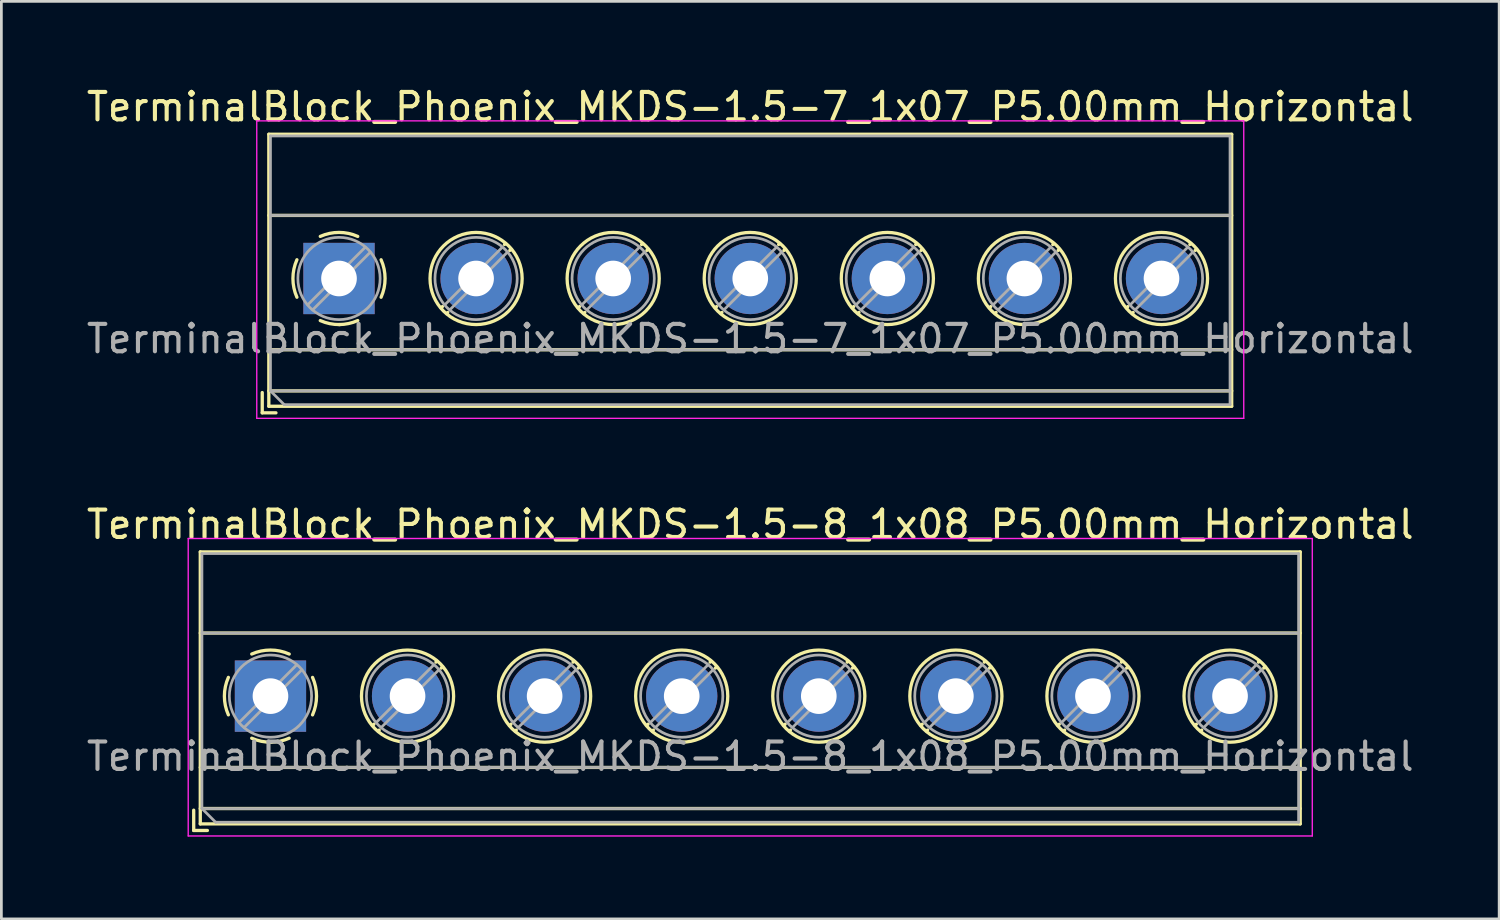
<source format=kicad_pcb>
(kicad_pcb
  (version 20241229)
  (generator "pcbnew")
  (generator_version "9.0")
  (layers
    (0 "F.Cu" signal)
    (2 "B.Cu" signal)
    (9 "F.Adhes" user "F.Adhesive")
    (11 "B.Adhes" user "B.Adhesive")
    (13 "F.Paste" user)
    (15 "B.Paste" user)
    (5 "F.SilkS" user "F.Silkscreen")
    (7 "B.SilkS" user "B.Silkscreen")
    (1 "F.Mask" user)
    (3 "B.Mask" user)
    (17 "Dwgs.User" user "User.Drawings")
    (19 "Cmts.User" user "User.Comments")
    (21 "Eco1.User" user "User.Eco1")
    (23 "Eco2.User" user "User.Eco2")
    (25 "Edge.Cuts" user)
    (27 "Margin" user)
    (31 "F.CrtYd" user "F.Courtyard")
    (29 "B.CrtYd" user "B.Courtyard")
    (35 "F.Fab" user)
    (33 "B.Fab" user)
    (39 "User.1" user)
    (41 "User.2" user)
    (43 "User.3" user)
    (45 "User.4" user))
  (footprint "TerminalBlock_Phoenix_MKDS-1.5-8_1x08_P5.00mm_Horizontal"
    (layer "F.Cu")
    (at 6.815 22.341)
    (property "Reference" "TerminalBlock_Phoenix_MKDS-1.5-8_1x08_P5.00mm_Horizontal" (at 17.5 -6.26 0) (layer "F.SilkS") (effects (font (size 1 1) (thickness 0.15))))
    (attr through_hole)
    (fp_line (start -2.8 4.16) (end -2.8 4.9) (stroke (width 0.12) (type solid)) (layer "F.SilkS"))
    (fp_line (start -2.8 4.9) (end -2.3 4.9) (stroke (width 0.12) (type solid)) (layer "F.SilkS"))
    (fp_line (start -2.56 -5.261) (end -2.56 4.66) (stroke (width 0.12) (type solid)) (layer "F.SilkS"))
    (fp_line (start -2.56 -5.261) (end 37.56 -5.261) (stroke (width 0.12) (type solid)) (layer "F.SilkS"))
    (fp_line (start -2.56 -2.301) (end 37.56 -2.301) (stroke (width 0.12) (type solid)) (layer "F.SilkS"))
    (fp_line (start -2.56 2.6) (end 37.56 2.6) (stroke (width 0.12) (type solid)) (layer "F.SilkS"))
    (fp_line (start -2.56 4.1) (end 37.56 4.1) (stroke (width 0.12) (type solid)) (layer "F.SilkS"))
    (fp_line (start -2.56 4.66) (end 37.56 4.66) (stroke (width 0.12) (type solid)) (layer "F.SilkS"))
    (fp_line (start 3.773 1.023) (end 3.726 1.069) (stroke (width 0.12) (type solid)) (layer "F.SilkS"))
    (fp_line (start 3.966 1.239) (end 3.931 1.274) (stroke (width 0.12) (type solid)) (layer "F.SilkS"))
    (fp_line (start 6.07 -1.275) (end 6.035 -1.239) (stroke (width 0.12) (type solid)) (layer "F.SilkS"))
    (fp_line (start 6.275 -1.069) (end 6.228 -1.023) (stroke (width 0.12) (type solid)) (layer "F.SilkS"))
    (fp_line (start 8.773 1.023) (end 8.726 1.069) (stroke (width 0.12) (type solid)) (layer "F.SilkS"))
    (fp_line (start 8.966 1.239) (end 8.931 1.274) (stroke (width 0.12) (type solid)) (layer "F.SilkS"))
    (fp_line (start 11.07 -1.275) (end 11.035 -1.239) (stroke (width 0.12) (type solid)) (layer "F.SilkS"))
    (fp_line (start 11.275 -1.069) (end 11.228 -1.023) (stroke (width 0.12) (type solid)) (layer "F.SilkS"))
    (fp_line (start 13.773 1.023) (end 13.726 1.069) (stroke (width 0.12) (type solid)) (layer "F.SilkS"))
    (fp_line (start 13.966 1.239) (end 13.931 1.274) (stroke (width 0.12) (type solid)) (layer "F.SilkS"))
    (fp_line (start 16.07 -1.275) (end 16.035 -1.239) (stroke (width 0.12) (type solid)) (layer "F.SilkS"))
    (fp_line (start 16.275 -1.069) (end 16.228 -1.023) (stroke (width 0.12) (type solid)) (layer "F.SilkS"))
    (fp_line (start 18.773 1.023) (end 18.726 1.069) (stroke (width 0.12) (type solid)) (layer "F.SilkS"))
    (fp_line (start 18.966 1.239) (end 18.931 1.274) (stroke (width 0.12) (type solid)) (layer "F.SilkS"))
    (fp_line (start 21.07 -1.275) (end 21.035 -1.239) (stroke (width 0.12) (type solid)) (layer "F.SilkS"))
    (fp_line (start 21.275 -1.069) (end 21.228 -1.023) (stroke (width 0.12) (type solid)) (layer "F.SilkS"))
    (fp_line (start 23.773 1.023) (end 23.726 1.069) (stroke (width 0.12) (type solid)) (layer "F.SilkS"))
    (fp_line (start 23.966 1.239) (end 23.931 1.274) (stroke (width 0.12) (type solid)) (layer "F.SilkS"))
    (fp_line (start 26.07 -1.275) (end 26.035 -1.239) (stroke (width 0.12) (type solid)) (layer "F.SilkS"))
    (fp_line (start 26.275 -1.069) (end 26.228 -1.023) (stroke (width 0.12) (type solid)) (layer "F.SilkS"))
    (fp_line (start 28.773 1.023) (end 28.726 1.069) (stroke (width 0.12) (type solid)) (layer "F.SilkS"))
    (fp_line (start 28.966 1.239) (end 28.931 1.274) (stroke (width 0.12) (type solid)) (layer "F.SilkS"))
    (fp_line (start 31.07 -1.275) (end 31.035 -1.239) (stroke (width 0.12) (type solid)) (layer "F.SilkS"))
    (fp_line (start 31.275 -1.069) (end 31.228 -1.023) (stroke (width 0.12) (type solid)) (layer "F.SilkS"))
    (fp_line (start 33.773 1.023) (end 33.726 1.069) (stroke (width 0.12) (type solid)) (layer "F.SilkS"))
    (fp_line (start 33.966 1.239) (end 33.931 1.274) (stroke (width 0.12) (type solid)) (layer "F.SilkS"))
    (fp_line (start 36.07 -1.275) (end 36.035 -1.239) (stroke (width 0.12) (type solid)) (layer "F.SilkS"))
    (fp_line (start 36.275 -1.069) (end 36.228 -1.023) (stroke (width 0.12) (type solid)) (layer "F.SilkS"))
    (fp_line (start 37.56 -5.261) (end 37.56 4.66) (stroke (width 0.12) (type solid)) (layer "F.SilkS"))
    (fp_arc (start -1.535427 0.683042) (mid -1.680501 -0.000524) (end -1.535 -0.684) (stroke (width 0.12) (type solid)) (layer "F.SilkS"))
    (fp_arc (start -0.683042 -1.535427) (mid 0.000524 -1.680501) (end 0.684 -1.535) (stroke (width 0.12) (type solid)) (layer "F.SilkS"))
    (fp_arc (start 0.028805 1.680253) (mid -0.335551 1.646659) (end -0.684 1.535) (stroke (width 0.12) (type solid)) (layer "F.SilkS"))
    (fp_arc (start 0.683318 1.534756) (mid 0.349292 1.643288) (end 0 1.68) (stroke (width 0.12) (type solid)) (layer "F.SilkS"))
    (fp_arc (start 1.535427 -0.683042) (mid 1.680501 0.000524) (end 1.535 0.684) (stroke (width 0.12) (type solid)) (layer "F.SilkS"))
    (fp_circle (center 5 0) (end 6.68 0) (stroke (width 0.12) (type solid)) (fill no) (layer "F.SilkS"))
    (fp_circle (center 10 0) (end 11.68 0) (stroke (width 0.12) (type solid)) (fill no) (layer "F.SilkS"))
    (fp_circle (center 15 0) (end 16.68 0) (stroke (width 0.12) (type solid)) (fill no) (layer "F.SilkS"))
    (fp_circle (center 20 0) (end 21.68 0) (stroke (width 0.12) (type solid)) (fill no) (layer "F.SilkS"))
    (fp_circle (center 25 0) (end 26.68 0) (stroke (width 0.12) (type solid)) (fill no) (layer "F.SilkS"))
    (fp_circle (center 30 0) (end 31.68 0) (stroke (width 0.12) (type solid)) (fill no) (layer "F.SilkS"))
    (fp_circle (center 35 0) (end 36.68 0) (stroke (width 0.12) (type solid)) (fill no) (layer "F.SilkS"))
    (fp_line (start -3 -5.75) (end -3 5.1) (stroke (width 0.05) (type solid)) (layer "F.CrtYd"))
    (fp_line (start -3 5.1) (end 38 5.1) (stroke (width 0.05) (type solid)) (layer "F.CrtYd"))
    (fp_line (start 38 -5.75) (end -3 -5.75) (stroke (width 0.05) (type solid)) (layer "F.CrtYd"))
    (fp_line (start 38 5.1) (end 38 -5.75) (stroke (width 0.05) (type solid)) (layer "F.CrtYd"))
    (fp_line (start -2.5 -5.2) (end 37.5 -5.2) (stroke (width 0.1) (type solid)) (layer "F.Fab"))
    (fp_line (start -2.5 -2.3) (end 37.5 -2.3) (stroke (width 0.1) (type solid)) (layer "F.Fab"))
    (fp_line (start -2.5 2.6) (end 37.5 2.6) (stroke (width 0.1) (type solid)) (layer "F.Fab"))
    (fp_line (start -2.5 4.1) (end -2.5 -5.2) (stroke (width 0.1) (type solid)) (layer "F.Fab"))
    (fp_line (start -2.5 4.1) (end 37.5 4.1) (stroke (width 0.1) (type solid)) (layer "F.Fab"))
    (fp_line (start -2 4.6) (end -2.5 4.1) (stroke (width 0.1) (type solid)) (layer "F.Fab"))
    (fp_line (start 0.955 -1.138) (end -1.138 0.955) (stroke (width 0.1) (type solid)) (layer "F.Fab"))
    (fp_line (start 1.138 -0.955) (end -0.955 1.138) (stroke (width 0.1) (type solid)) (layer "F.Fab"))
    (fp_line (start 5.955 -1.138) (end 3.863 0.955) (stroke (width 0.1) (type solid)) (layer "F.Fab"))
    (fp_line (start 6.138 -0.955) (end 4.046 1.138) (stroke (width 0.1) (type solid)) (layer "F.Fab"))
    (fp_line (start 10.955 -1.138) (end 8.863 0.955) (stroke (width 0.1) (type solid)) (layer "F.Fab"))
    (fp_line (start 11.138 -0.955) (end 9.046 1.138) (stroke (width 0.1) (type solid)) (layer "F.Fab"))
    (fp_line (start 15.955 -1.138) (end 13.863 0.955) (stroke (width 0.1) (type solid)) (layer "F.Fab"))
    (fp_line (start 16.138 -0.955) (end 14.046 1.138) (stroke (width 0.1) (type solid)) (layer "F.Fab"))
    (fp_line (start 20.955 -1.138) (end 18.863 0.955) (stroke (width 0.1) (type solid)) (layer "F.Fab"))
    (fp_line (start 21.138 -0.955) (end 19.046 1.138) (stroke (width 0.1) (type solid)) (layer "F.Fab"))
    (fp_line (start 25.955 -1.138) (end 23.863 0.955) (stroke (width 0.1) (type solid)) (layer "F.Fab"))
    (fp_line (start 26.138 -0.955) (end 24.046 1.138) (stroke (width 0.1) (type solid)) (layer "F.Fab"))
    (fp_line (start 30.955 -1.138) (end 28.863 0.955) (stroke (width 0.1) (type solid)) (layer "F.Fab"))
    (fp_line (start 31.138 -0.955) (end 29.046 1.138) (stroke (width 0.1) (type solid)) (layer "F.Fab"))
    (fp_line (start 35.955 -1.138) (end 33.863 0.955) (stroke (width 0.1) (type solid)) (layer "F.Fab"))
    (fp_line (start 36.138 -0.955) (end 34.046 1.138) (stroke (width 0.1) (type solid)) (layer "F.Fab"))
    (fp_line (start 37.5 -5.2) (end 37.5 4.6) (stroke (width 0.1) (type solid)) (layer "F.Fab"))
    (fp_line (start 37.5 4.6) (end -2 4.6) (stroke (width 0.1) (type solid)) (layer "F.Fab"))
    (fp_circle (center 0 0) (end 1.5 0) (stroke (width 0.1) (type solid)) (fill no) (layer "F.Fab"))
    (fp_circle (center 5 0) (end 6.5 0) (stroke (width 0.1) (type solid)) (fill no) (layer "F.Fab"))
    (fp_circle (center 10 0) (end 11.5 0) (stroke (width 0.1) (type solid)) (fill no) (layer "F.Fab"))
    (fp_circle (center 15 0) (end 16.5 0) (stroke (width 0.1) (type solid)) (fill no) (layer "F.Fab"))
    (fp_circle (center 20 0) (end 21.5 0) (stroke (width 0.1) (type solid)) (fill no) (layer "F.Fab"))
    (fp_circle (center 25 0) (end 26.5 0) (stroke (width 0.1) (type solid)) (fill no) (layer "F.Fab"))
    (fp_circle (center 30 0) (end 31.5 0) (stroke (width 0.1) (type solid)) (fill no) (layer "F.Fab"))
    (fp_circle (center 35 0) (end 36.5 0) (stroke (width 0.1) (type solid)) (fill no) (layer "F.Fab"))
    (fp_text user "${REFERENCE}" (at 17.5 2.2 0) (layer "F.Fab") (effects (font (size 1 1) (thickness 0.15))))
    (pad "1" thru_hole rect (at 0 0) (size 2.6 2.6) (drill 1.3) (layers "*.Cu" "*.Mask"))
    (pad "2" thru_hole circle (at 5 0) (size 2.6 2.6) (drill 1.3) (layers "*.Cu" "*.Mask"))
    (pad "3" thru_hole circle (at 10 0) (size 2.6 2.6) (drill 1.3) (layers "*.Cu" "*.Mask"))
    (pad "4" thru_hole circle (at 15 0) (size 2.6 2.6) (drill 1.3) (layers "*.Cu" "*.Mask"))
    (pad "5" thru_hole circle (at 20 0) (size 2.6 2.6) (drill 1.3) (layers "*.Cu" "*.Mask"))
    (pad "6" thru_hole circle (at 25 0) (size 2.6 2.6) (drill 1.3) (layers "*.Cu" "*.Mask"))
    (pad "7" thru_hole circle (at 30 0) (size 2.6 2.6) (drill 1.3) (layers "*.Cu" "*.Mask"))
    (pad "8" thru_hole circle (at 35 0) (size 2.6 2.6) (drill 1.3) (layers "*.Cu" "*.Mask")))
  (footprint "TerminalBlock_Phoenix_MKDS-1.5-7_1x07_P5.00mm_Horizontal"
    (layer "F.Cu")
    (at 9.315 7.108)
    (property "Reference" "TerminalBlock_Phoenix_MKDS-1.5-7_1x07_P5.00mm_Horizontal" (at 15 -6.26 0) (layer "F.SilkS") (effects (font (size 1 1) (thickness 0.15))))
    (attr through_hole)
    (fp_line (start -2.8 4.16) (end -2.8 4.9) (stroke (width 0.12) (type solid)) (layer "F.SilkS"))
    (fp_line (start -2.8 4.9) (end -2.3 4.9) (stroke (width 0.12) (type solid)) (layer "F.SilkS"))
    (fp_line (start -2.56 -5.261) (end -2.56 4.66) (stroke (width 0.12) (type solid)) (layer "F.SilkS"))
    (fp_line (start -2.56 -5.261) (end 32.56 -5.261) (stroke (width 0.12) (type solid)) (layer "F.SilkS"))
    (fp_line (start -2.56 -2.301) (end 32.56 -2.301) (stroke (width 0.12) (type solid)) (layer "F.SilkS"))
    (fp_line (start -2.56 2.6) (end 32.56 2.6) (stroke (width 0.12) (type solid)) (layer "F.SilkS"))
    (fp_line (start -2.56 4.1) (end 32.56 4.1) (stroke (width 0.12) (type solid)) (layer "F.SilkS"))
    (fp_line (start -2.56 4.66) (end 32.56 4.66) (stroke (width 0.12) (type solid)) (layer "F.SilkS"))
    (fp_line (start 3.773 1.023) (end 3.726 1.069) (stroke (width 0.12) (type solid)) (layer "F.SilkS"))
    (fp_line (start 3.966 1.239) (end 3.931 1.274) (stroke (width 0.12) (type solid)) (layer "F.SilkS"))
    (fp_line (start 6.07 -1.275) (end 6.035 -1.239) (stroke (width 0.12) (type solid)) (layer "F.SilkS"))
    (fp_line (start 6.275 -1.069) (end 6.228 -1.023) (stroke (width 0.12) (type solid)) (layer "F.SilkS"))
    (fp_line (start 8.773 1.023) (end 8.726 1.069) (stroke (width 0.12) (type solid)) (layer "F.SilkS"))
    (fp_line (start 8.966 1.239) (end 8.931 1.274) (stroke (width 0.12) (type solid)) (layer "F.SilkS"))
    (fp_line (start 11.07 -1.275) (end 11.035 -1.239) (stroke (width 0.12) (type solid)) (layer "F.SilkS"))
    (fp_line (start 11.275 -1.069) (end 11.228 -1.023) (stroke (width 0.12) (type solid)) (layer "F.SilkS"))
    (fp_line (start 13.773 1.023) (end 13.726 1.069) (stroke (width 0.12) (type solid)) (layer "F.SilkS"))
    (fp_line (start 13.966 1.239) (end 13.931 1.274) (stroke (width 0.12) (type solid)) (layer "F.SilkS"))
    (fp_line (start 16.07 -1.275) (end 16.035 -1.239) (stroke (width 0.12) (type solid)) (layer "F.SilkS"))
    (fp_line (start 16.275 -1.069) (end 16.228 -1.023) (stroke (width 0.12) (type solid)) (layer "F.SilkS"))
    (fp_line (start 18.773 1.023) (end 18.726 1.069) (stroke (width 0.12) (type solid)) (layer "F.SilkS"))
    (fp_line (start 18.966 1.239) (end 18.931 1.274) (stroke (width 0.12) (type solid)) (layer "F.SilkS"))
    (fp_line (start 21.07 -1.275) (end 21.035 -1.239) (stroke (width 0.12) (type solid)) (layer "F.SilkS"))
    (fp_line (start 21.275 -1.069) (end 21.228 -1.023) (stroke (width 0.12) (type solid)) (layer "F.SilkS"))
    (fp_line (start 23.773 1.023) (end 23.726 1.069) (stroke (width 0.12) (type solid)) (layer "F.SilkS"))
    (fp_line (start 23.966 1.239) (end 23.931 1.274) (stroke (width 0.12) (type solid)) (layer "F.SilkS"))
    (fp_line (start 26.07 -1.275) (end 26.035 -1.239) (stroke (width 0.12) (type solid)) (layer "F.SilkS"))
    (fp_line (start 26.275 -1.069) (end 26.228 -1.023) (stroke (width 0.12) (type solid)) (layer "F.SilkS"))
    (fp_line (start 28.773 1.023) (end 28.726 1.069) (stroke (width 0.12) (type solid)) (layer "F.SilkS"))
    (fp_line (start 28.966 1.239) (end 28.931 1.274) (stroke (width 0.12) (type solid)) (layer "F.SilkS"))
    (fp_line (start 31.07 -1.275) (end 31.035 -1.239) (stroke (width 0.12) (type solid)) (layer "F.SilkS"))
    (fp_line (start 31.275 -1.069) (end 31.228 -1.023) (stroke (width 0.12) (type solid)) (layer "F.SilkS"))
    (fp_line (start 32.56 -5.261) (end 32.56 4.66) (stroke (width 0.12) (type solid)) (layer "F.SilkS"))
    (fp_arc (start -1.535427 0.683042) (mid -1.680501 -0.000524) (end -1.535 -0.684) (stroke (width 0.12) (type solid)) (layer "F.SilkS"))
    (fp_arc (start -0.683042 -1.535427) (mid 0.000524 -1.680501) (end 0.684 -1.535) (stroke (width 0.12) (type solid)) (layer "F.SilkS"))
    (fp_arc (start 0.028805 1.680253) (mid -0.335551 1.646659) (end -0.684 1.535) (stroke (width 0.12) (type solid)) (layer "F.SilkS"))
    (fp_arc (start 0.683318 1.534756) (mid 0.349292 1.643288) (end 0 1.68) (stroke (width 0.12) (type solid)) (layer "F.SilkS"))
    (fp_arc (start 1.535427 -0.683042) (mid 1.680501 0.000524) (end 1.535 0.684) (stroke (width 0.12) (type solid)) (layer "F.SilkS"))
    (fp_circle (center 5 0) (end 6.68 0) (stroke (width 0.12) (type solid)) (fill no) (layer "F.SilkS"))
    (fp_circle (center 10 0) (end 11.68 0) (stroke (width 0.12) (type solid)) (fill no) (layer "F.SilkS"))
    (fp_circle (center 15 0) (end 16.68 0) (stroke (width 0.12) (type solid)) (fill no) (layer "F.SilkS"))
    (fp_circle (center 20 0) (end 21.68 0) (stroke (width 0.12) (type solid)) (fill no) (layer "F.SilkS"))
    (fp_circle (center 25 0) (end 26.68 0) (stroke (width 0.12) (type solid)) (fill no) (layer "F.SilkS"))
    (fp_circle (center 30 0) (end 31.68 0) (stroke (width 0.12) (type solid)) (fill no) (layer "F.SilkS"))
    (fp_line (start -3 -5.75) (end -3 5.1) (stroke (width 0.05) (type solid)) (layer "F.CrtYd"))
    (fp_line (start -3 5.1) (end 33 5.1) (stroke (width 0.05) (type solid)) (layer "F.CrtYd"))
    (fp_line (start 33 -5.75) (end -3 -5.75) (stroke (width 0.05) (type solid)) (layer "F.CrtYd"))
    (fp_line (start 33 5.1) (end 33 -5.75) (stroke (width 0.05) (type solid)) (layer "F.CrtYd"))
    (fp_line (start -2.5 -5.2) (end 32.5 -5.2) (stroke (width 0.1) (type solid)) (layer "F.Fab"))
    (fp_line (start -2.5 -2.3) (end 32.5 -2.3) (stroke (width 0.1) (type solid)) (layer "F.Fab"))
    (fp_line (start -2.5 2.6) (end 32.5 2.6) (stroke (width 0.1) (type solid)) (layer "F.Fab"))
    (fp_line (start -2.5 4.1) (end -2.5 -5.2) (stroke (width 0.1) (type solid)) (layer "F.Fab"))
    (fp_line (start -2.5 4.1) (end 32.5 4.1) (stroke (width 0.1) (type solid)) (layer "F.Fab"))
    (fp_line (start -2 4.6) (end -2.5 4.1) (stroke (width 0.1) (type solid)) (layer "F.Fab"))
    (fp_line (start 0.955 -1.138) (end -1.138 0.955) (stroke (width 0.1) (type solid)) (layer "F.Fab"))
    (fp_line (start 1.138 -0.955) (end -0.955 1.138) (stroke (width 0.1) (type solid)) (layer "F.Fab"))
    (fp_line (start 5.955 -1.138) (end 3.863 0.955) (stroke (width 0.1) (type solid)) (layer "F.Fab"))
    (fp_line (start 6.138 -0.955) (end 4.046 1.138) (stroke (width 0.1) (type solid)) (layer "F.Fab"))
    (fp_line (start 10.955 -1.138) (end 8.863 0.955) (stroke (width 0.1) (type solid)) (layer "F.Fab"))
    (fp_line (start 11.138 -0.955) (end 9.046 1.138) (stroke (width 0.1) (type solid)) (layer "F.Fab"))
    (fp_line (start 15.955 -1.138) (end 13.863 0.955) (stroke (width 0.1) (type solid)) (layer "F.Fab"))
    (fp_line (start 16.138 -0.955) (end 14.046 1.138) (stroke (width 0.1) (type solid)) (layer "F.Fab"))
    (fp_line (start 20.955 -1.138) (end 18.863 0.955) (stroke (width 0.1) (type solid)) (layer "F.Fab"))
    (fp_line (start 21.138 -0.955) (end 19.046 1.138) (stroke (width 0.1) (type solid)) (layer "F.Fab"))
    (fp_line (start 25.955 -1.138) (end 23.863 0.955) (stroke (width 0.1) (type solid)) (layer "F.Fab"))
    (fp_line (start 26.138 -0.955) (end 24.046 1.138) (stroke (width 0.1) (type solid)) (layer "F.Fab"))
    (fp_line (start 30.955 -1.138) (end 28.863 0.955) (stroke (width 0.1) (type solid)) (layer "F.Fab"))
    (fp_line (start 31.138 -0.955) (end 29.046 1.138) (stroke (width 0.1) (type solid)) (layer "F.Fab"))
    (fp_line (start 32.5 -5.2) (end 32.5 4.6) (stroke (width 0.1) (type solid)) (layer "F.Fab"))
    (fp_line (start 32.5 4.6) (end -2 4.6) (stroke (width 0.1) (type solid)) (layer "F.Fab"))
    (fp_circle (center 0 0) (end 1.5 0) (stroke (width 0.1) (type solid)) (fill no) (layer "F.Fab"))
    (fp_circle (center 5 0) (end 6.5 0) (stroke (width 0.1) (type solid)) (fill no) (layer "F.Fab"))
    (fp_circle (center 10 0) (end 11.5 0) (stroke (width 0.1) (type solid)) (fill no) (layer "F.Fab"))
    (fp_circle (center 15 0) (end 16.5 0) (stroke (width 0.1) (type solid)) (fill no) (layer "F.Fab"))
    (fp_circle (center 20 0) (end 21.5 0) (stroke (width 0.1) (type solid)) (fill no) (layer "F.Fab"))
    (fp_circle (center 25 0) (end 26.5 0) (stroke (width 0.1) (type solid)) (fill no) (layer "F.Fab"))
    (fp_circle (center 30 0) (end 31.5 0) (stroke (width 0.1) (type solid)) (fill no) (layer "F.Fab"))
    (fp_text user "${REFERENCE}" (at 15 2.2 0) (layer "F.Fab") (effects (font (size 1 1) (thickness 0.15))))
    (pad "1" thru_hole rect (at 0 0) (size 2.6 2.6) (drill 1.3) (layers "*.Cu" "*.Mask"))
    (pad "2" thru_hole circle (at 5 0) (size 2.6 2.6) (drill 1.3) (layers "*.Cu" "*.Mask"))
    (pad "3" thru_hole circle (at 10 0) (size 2.6 2.6) (drill 1.3) (layers "*.Cu" "*.Mask"))
    (pad "4" thru_hole circle (at 15 0) (size 2.6 2.6) (drill 1.3) (layers "*.Cu" "*.Mask"))
    (pad "5" thru_hole circle (at 20 0) (size 2.6 2.6) (drill 1.3) (layers "*.Cu" "*.Mask"))
    (pad "6" thru_hole circle (at 25 0) (size 2.6 2.6) (drill 1.3) (layers "*.Cu" "*.Mask"))
    (pad "7" thru_hole circle (at 30 0) (size 2.6 2.6) (drill 1.3) (layers "*.Cu" "*.Mask")))
  (gr_rect
    (start -3 -3)
    (end 51.631 30.466)
    (stroke (width 0.1) (type default))
    (fill no)
    (layer "Edge.Cuts")))
</source>
